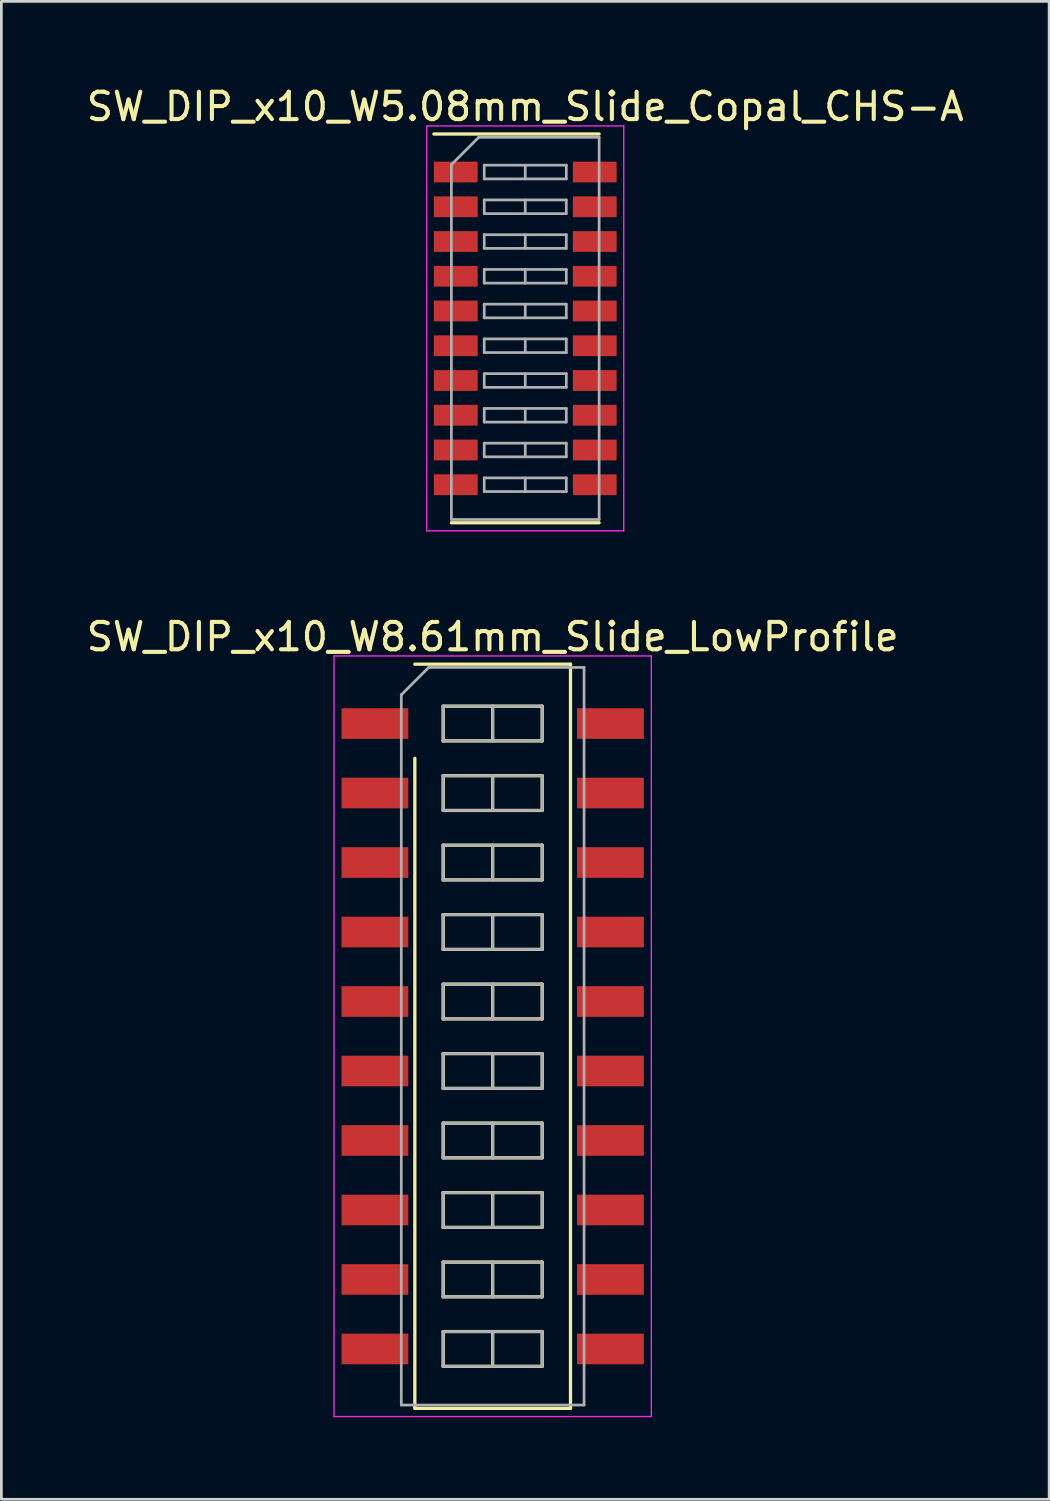
<source format=kicad_pcb>
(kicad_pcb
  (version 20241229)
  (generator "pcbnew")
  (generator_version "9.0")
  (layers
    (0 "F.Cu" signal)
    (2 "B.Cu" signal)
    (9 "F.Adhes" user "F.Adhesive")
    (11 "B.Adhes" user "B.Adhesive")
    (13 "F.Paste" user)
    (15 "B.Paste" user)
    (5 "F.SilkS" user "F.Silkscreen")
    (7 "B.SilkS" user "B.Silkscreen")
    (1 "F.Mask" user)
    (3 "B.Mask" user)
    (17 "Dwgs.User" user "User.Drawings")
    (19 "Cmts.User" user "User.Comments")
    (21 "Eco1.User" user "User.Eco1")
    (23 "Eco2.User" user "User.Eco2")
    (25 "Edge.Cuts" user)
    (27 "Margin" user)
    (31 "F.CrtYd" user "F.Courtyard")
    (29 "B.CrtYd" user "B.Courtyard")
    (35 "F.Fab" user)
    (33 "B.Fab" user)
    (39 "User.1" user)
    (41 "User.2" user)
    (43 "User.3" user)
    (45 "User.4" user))
  (footprint "SW_DIP_x10_W8.61mm_Slide_LowProfile"
    (layer "F.Cu")
    (at 14.958 34.827)
    (property "Reference" "SW_DIP_x10_W8.61mm_Slide_LowProfile" (at 0 -14.6 0) (layer "F.SilkS") (effects (font (size 1 1) (thickness 0.15))))
    (attr smd)
    (fp_line (start -2.845 -13.6) (end 2.845 -13.6) (stroke (width 0.12) (type solid)) (layer "F.SilkS"))
    (fp_line (start -2.845 13.6) (end -2.845 -10.16) (stroke (width 0.12) (type solid)) (layer "F.SilkS"))
    (fp_line (start -1.81 -12.065) (end -1.81 -10.795) (stroke (width 0.12) (type solid)) (layer "F.SilkS"))
    (fp_line (start -1.81 -10.795) (end 1.81 -10.795) (stroke (width 0.12) (type solid)) (layer "F.SilkS"))
    (fp_line (start -1.81 -9.525) (end -1.81 -8.255) (stroke (width 0.12) (type solid)) (layer "F.SilkS"))
    (fp_line (start -1.81 -8.255) (end 1.81 -8.255) (stroke (width 0.12) (type solid)) (layer "F.SilkS"))
    (fp_line (start -1.81 -6.985) (end -1.81 -5.715) (stroke (width 0.12) (type solid)) (layer "F.SilkS"))
    (fp_line (start -1.81 -5.715) (end 1.81 -5.715) (stroke (width 0.12) (type solid)) (layer "F.SilkS"))
    (fp_line (start -1.81 -4.445) (end -1.81 -3.175) (stroke (width 0.12) (type solid)) (layer "F.SilkS"))
    (fp_line (start -1.81 -3.175) (end 1.81 -3.175) (stroke (width 0.12) (type solid)) (layer "F.SilkS"))
    (fp_line (start -1.81 -1.905) (end -1.81 -0.635) (stroke (width 0.12) (type solid)) (layer "F.SilkS"))
    (fp_line (start -1.81 -0.635) (end 1.81 -0.635) (stroke (width 0.12) (type solid)) (layer "F.SilkS"))
    (fp_line (start -1.81 0.635) (end -1.81 1.905) (stroke (width 0.12) (type solid)) (layer "F.SilkS"))
    (fp_line (start -1.81 1.905) (end 1.81 1.905) (stroke (width 0.12) (type solid)) (layer "F.SilkS"))
    (fp_line (start -1.81 3.175) (end -1.81 4.445) (stroke (width 0.12) (type solid)) (layer "F.SilkS"))
    (fp_line (start -1.81 4.445) (end 1.81 4.445) (stroke (width 0.12) (type solid)) (layer "F.SilkS"))
    (fp_line (start -1.81 5.715) (end -1.81 6.985) (stroke (width 0.12) (type solid)) (layer "F.SilkS"))
    (fp_line (start -1.81 6.985) (end 1.81 6.985) (stroke (width 0.12) (type solid)) (layer "F.SilkS"))
    (fp_line (start -1.81 8.255) (end -1.81 9.525) (stroke (width 0.12) (type solid)) (layer "F.SilkS"))
    (fp_line (start -1.81 9.525) (end 1.81 9.525) (stroke (width 0.12) (type solid)) (layer "F.SilkS"))
    (fp_line (start -1.81 10.795) (end -1.81 12.065) (stroke (width 0.12) (type solid)) (layer "F.SilkS"))
    (fp_line (start -1.81 12.065) (end 1.81 12.065) (stroke (width 0.12) (type solid)) (layer "F.SilkS"))
    (fp_line (start 0 -12.065) (end 0 -10.795) (stroke (width 0.12) (type solid)) (layer "F.SilkS"))
    (fp_line (start 0 -9.525) (end 0 -8.255) (stroke (width 0.12) (type solid)) (layer "F.SilkS"))
    (fp_line (start 0 -6.985) (end 0 -5.715) (stroke (width 0.12) (type solid)) (layer "F.SilkS"))
    (fp_line (start 0 -4.445) (end 0 -3.175) (stroke (width 0.12) (type solid)) (layer "F.SilkS"))
    (fp_line (start 0 -1.905) (end 0 -0.635) (stroke (width 0.12) (type solid)) (layer "F.SilkS"))
    (fp_line (start 0 0.635) (end 0 1.905) (stroke (width 0.12) (type solid)) (layer "F.SilkS"))
    (fp_line (start 0 3.175) (end 0 4.445) (stroke (width 0.12) (type solid)) (layer "F.SilkS"))
    (fp_line (start 0 5.715) (end 0 6.985) (stroke (width 0.12) (type solid)) (layer "F.SilkS"))
    (fp_line (start 0 8.255) (end 0 9.525) (stroke (width 0.12) (type solid)) (layer "F.SilkS"))
    (fp_line (start 0 10.795) (end 0 12.065) (stroke (width 0.12) (type solid)) (layer "F.SilkS"))
    (fp_line (start 1.81 -12.065) (end -1.81 -12.065) (stroke (width 0.12) (type solid)) (layer "F.SilkS"))
    (fp_line (start 1.81 -10.795) (end 1.81 -12.065) (stroke (width 0.12) (type solid)) (layer "F.SilkS"))
    (fp_line (start 1.81 -9.525) (end -1.81 -9.525) (stroke (width 0.12) (type solid)) (layer "F.SilkS"))
    (fp_line (start 1.81 -8.255) (end 1.81 -9.525) (stroke (width 0.12) (type solid)) (layer "F.SilkS"))
    (fp_line (start 1.81 -6.985) (end -1.81 -6.985) (stroke (width 0.12) (type solid)) (layer "F.SilkS"))
    (fp_line (start 1.81 -5.715) (end 1.81 -6.985) (stroke (width 0.12) (type solid)) (layer "F.SilkS"))
    (fp_line (start 1.81 -4.445) (end -1.81 -4.445) (stroke (width 0.12) (type solid)) (layer "F.SilkS"))
    (fp_line (start 1.81 -3.175) (end 1.81 -4.445) (stroke (width 0.12) (type solid)) (layer "F.SilkS"))
    (fp_line (start 1.81 -1.905) (end -1.81 -1.905) (stroke (width 0.12) (type solid)) (layer "F.SilkS"))
    (fp_line (start 1.81 -0.635) (end 1.81 -1.905) (stroke (width 0.12) (type solid)) (layer "F.SilkS"))
    (fp_line (start 1.81 0.635) (end -1.81 0.635) (stroke (width 0.12) (type solid)) (layer "F.SilkS"))
    (fp_line (start 1.81 1.905) (end 1.81 0.635) (stroke (width 0.12) (type solid)) (layer "F.SilkS"))
    (fp_line (start 1.81 3.175) (end -1.81 3.175) (stroke (width 0.12) (type solid)) (layer "F.SilkS"))
    (fp_line (start 1.81 4.445) (end 1.81 3.175) (stroke (width 0.12) (type solid)) (layer "F.SilkS"))
    (fp_line (start 1.81 5.715) (end -1.81 5.715) (stroke (width 0.12) (type solid)) (layer "F.SilkS"))
    (fp_line (start 1.81 6.985) (end 1.81 5.715) (stroke (width 0.12) (type solid)) (layer "F.SilkS"))
    (fp_line (start 1.81 8.255) (end -1.81 8.255) (stroke (width 0.12) (type solid)) (layer "F.SilkS"))
    (fp_line (start 1.81 9.525) (end 1.81 8.255) (stroke (width 0.12) (type solid)) (layer "F.SilkS"))
    (fp_line (start 1.81 10.795) (end -1.81 10.795) (stroke (width 0.12) (type solid)) (layer "F.SilkS"))
    (fp_line (start 1.81 12.065) (end 1.81 10.795) (stroke (width 0.12) (type solid)) (layer "F.SilkS"))
    (fp_line (start 2.845 -13.6) (end 2.845 13.6) (stroke (width 0.12) (type solid)) (layer "F.SilkS"))
    (fp_line (start 2.845 13.6) (end -2.845 13.6) (stroke (width 0.12) (type solid)) (layer "F.SilkS"))
    (fp_line (start -5.8 -13.9) (end -5.8 13.9) (stroke (width 0.05) (type solid)) (layer "F.CrtYd"))
    (fp_line (start -5.8 13.9) (end 5.8 13.9) (stroke (width 0.05) (type solid)) (layer "F.CrtYd"))
    (fp_line (start 5.8 -13.9) (end -5.8 -13.9) (stroke (width 0.05) (type solid)) (layer "F.CrtYd"))
    (fp_line (start 5.8 13.9) (end 5.8 -13.9) (stroke (width 0.05) (type solid)) (layer "F.CrtYd"))
    (fp_line (start -3.34 -12.48) (end -2.34 -13.48) (stroke (width 0.1) (type solid)) (layer "F.Fab"))
    (fp_line (start -3.34 13.48) (end -3.34 -12.48) (stroke (width 0.1) (type solid)) (layer "F.Fab"))
    (fp_line (start -2.34 -13.48) (end 3.34 -13.48) (stroke (width 0.1) (type solid)) (layer "F.Fab"))
    (fp_line (start -1.81 -12.065) (end -1.81 -10.795) (stroke (width 0.1) (type solid)) (layer "F.Fab"))
    (fp_line (start -1.81 -10.795) (end 1.81 -10.795) (stroke (width 0.1) (type solid)) (layer "F.Fab"))
    (fp_line (start -1.81 -9.525) (end -1.81 -8.255) (stroke (width 0.1) (type solid)) (layer "F.Fab"))
    (fp_line (start -1.81 -8.255) (end 1.81 -8.255) (stroke (width 0.1) (type solid)) (layer "F.Fab"))
    (fp_line (start -1.81 -6.985) (end -1.81 -5.715) (stroke (width 0.1) (type solid)) (layer "F.Fab"))
    (fp_line (start -1.81 -5.715) (end 1.81 -5.715) (stroke (width 0.1) (type solid)) (layer "F.Fab"))
    (fp_line (start -1.81 -4.445) (end -1.81 -3.175) (stroke (width 0.1) (type solid)) (layer "F.Fab"))
    (fp_line (start -1.81 -3.175) (end 1.81 -3.175) (stroke (width 0.1) (type solid)) (layer "F.Fab"))
    (fp_line (start -1.81 -1.905) (end -1.81 -0.635) (stroke (width 0.1) (type solid)) (layer "F.Fab"))
    (fp_line (start -1.81 -0.635) (end 1.81 -0.635) (stroke (width 0.1) (type solid)) (layer "F.Fab"))
    (fp_line (start -1.81 0.635) (end -1.81 1.905) (stroke (width 0.1) (type solid)) (layer "F.Fab"))
    (fp_line (start -1.81 1.905) (end 1.81 1.905) (stroke (width 0.1) (type solid)) (layer "F.Fab"))
    (fp_line (start -1.81 3.175) (end -1.81 4.445) (stroke (width 0.1) (type solid)) (layer "F.Fab"))
    (fp_line (start -1.81 4.445) (end 1.81 4.445) (stroke (width 0.1) (type solid)) (layer "F.Fab"))
    (fp_line (start -1.81 5.715) (end -1.81 6.985) (stroke (width 0.1) (type solid)) (layer "F.Fab"))
    (fp_line (start -1.81 6.985) (end 1.81 6.985) (stroke (width 0.1) (type solid)) (layer "F.Fab"))
    (fp_line (start -1.81 8.255) (end -1.81 9.525) (stroke (width 0.1) (type solid)) (layer "F.Fab"))
    (fp_line (start -1.81 9.525) (end 1.81 9.525) (stroke (width 0.1) (type solid)) (layer "F.Fab"))
    (fp_line (start -1.81 10.795) (end -1.81 12.065) (stroke (width 0.1) (type solid)) (layer "F.Fab"))
    (fp_line (start -1.81 12.065) (end 1.81 12.065) (stroke (width 0.1) (type solid)) (layer "F.Fab"))
    (fp_line (start 0 -12.065) (end 0 -10.795) (stroke (width 0.1) (type solid)) (layer "F.Fab"))
    (fp_line (start 0 -9.525) (end 0 -8.255) (stroke (width 0.1) (type solid)) (layer "F.Fab"))
    (fp_line (start 0 -6.985) (end 0 -5.715) (stroke (width 0.1) (type solid)) (layer "F.Fab"))
    (fp_line (start 0 -4.445) (end 0 -3.175) (stroke (width 0.1) (type solid)) (layer "F.Fab"))
    (fp_line (start 0 -1.905) (end 0 -0.635) (stroke (width 0.1) (type solid)) (layer "F.Fab"))
    (fp_line (start 0 0.635) (end 0 1.905) (stroke (width 0.1) (type solid)) (layer "F.Fab"))
    (fp_line (start 0 3.175) (end 0 4.445) (stroke (width 0.1) (type solid)) (layer "F.Fab"))
    (fp_line (start 0 5.715) (end 0 6.985) (stroke (width 0.1) (type solid)) (layer "F.Fab"))
    (fp_line (start 0 8.255) (end 0 9.525) (stroke (width 0.1) (type solid)) (layer "F.Fab"))
    (fp_line (start 0 10.795) (end 0 12.065) (stroke (width 0.1) (type solid)) (layer "F.Fab"))
    (fp_line (start 1.81 -12.065) (end -1.81 -12.065) (stroke (width 0.1) (type solid)) (layer "F.Fab"))
    (fp_line (start 1.81 -10.795) (end 1.81 -12.065) (stroke (width 0.1) (type solid)) (layer "F.Fab"))
    (fp_line (start 1.81 -9.525) (end -1.81 -9.525) (stroke (width 0.1) (type solid)) (layer "F.Fab"))
    (fp_line (start 1.81 -8.255) (end 1.81 -9.525) (stroke (width 0.1) (type solid)) (layer "F.Fab"))
    (fp_line (start 1.81 -6.985) (end -1.81 -6.985) (stroke (width 0.1) (type solid)) (layer "F.Fab"))
    (fp_line (start 1.81 -5.715) (end 1.81 -6.985) (stroke (width 0.1) (type solid)) (layer "F.Fab"))
    (fp_line (start 1.81 -4.445) (end -1.81 -4.445) (stroke (width 0.1) (type solid)) (layer "F.Fab"))
    (fp_line (start 1.81 -3.175) (end 1.81 -4.445) (stroke (width 0.1) (type solid)) (layer "F.Fab"))
    (fp_line (start 1.81 -1.905) (end -1.81 -1.905) (stroke (width 0.1) (type solid)) (layer "F.Fab"))
    (fp_line (start 1.81 -0.635) (end 1.81 -1.905) (stroke (width 0.1) (type solid)) (layer "F.Fab"))
    (fp_line (start 1.81 0.635) (end -1.81 0.635) (stroke (width 0.1) (type solid)) (layer "F.Fab"))
    (fp_line (start 1.81 1.905) (end 1.81 0.635) (stroke (width 0.1) (type solid)) (layer "F.Fab"))
    (fp_line (start 1.81 3.175) (end -1.81 3.175) (stroke (width 0.1) (type solid)) (layer "F.Fab"))
    (fp_line (start 1.81 4.445) (end 1.81 3.175) (stroke (width 0.1) (type solid)) (layer "F.Fab"))
    (fp_line (start 1.81 5.715) (end -1.81 5.715) (stroke (width 0.1) (type solid)) (layer "F.Fab"))
    (fp_line (start 1.81 6.985) (end 1.81 5.715) (stroke (width 0.1) (type solid)) (layer "F.Fab"))
    (fp_line (start 1.81 8.255) (end -1.81 8.255) (stroke (width 0.1) (type solid)) (layer "F.Fab"))
    (fp_line (start 1.81 9.525) (end 1.81 8.255) (stroke (width 0.1) (type solid)) (layer "F.Fab"))
    (fp_line (start 1.81 10.795) (end -1.81 10.795) (stroke (width 0.1) (type solid)) (layer "F.Fab"))
    (fp_line (start 1.81 12.065) (end 1.81 10.795) (stroke (width 0.1) (type solid)) (layer "F.Fab"))
    (fp_line (start 3.34 -13.48) (end 3.34 13.48) (stroke (width 0.1) (type solid)) (layer "F.Fab"))
    (fp_line (start 3.34 13.48) (end -3.34 13.48) (stroke (width 0.1) (type solid)) (layer "F.Fab"))
    (pad "1" smd rect (at -4.305 -11.43) (size 2.44 1.12) (layers "F.Cu" "F.Mask"))
    (pad "2" smd rect (at -4.305 -8.89) (size 2.44 1.12) (layers "F.Cu" "F.Mask"))
    (pad "3" smd rect (at -4.305 -6.35) (size 2.44 1.12) (layers "F.Cu" "F.Mask"))
    (pad "4" smd rect (at -4.305 -3.81) (size 2.44 1.12) (layers "F.Cu" "F.Mask"))
    (pad "5" smd rect (at -4.305 -1.27) (size 2.44 1.12) (layers "F.Cu" "F.Mask"))
    (pad "6" smd rect (at -4.305 1.27) (size 2.44 1.12) (layers "F.Cu" "F.Mask"))
    (pad "7" smd rect (at -4.305 3.81) (size 2.44 1.12) (layers "F.Cu" "F.Mask"))
    (pad "8" smd rect (at -4.305 6.35) (size 2.44 1.12) (layers "F.Cu" "F.Mask"))
    (pad "9" smd rect (at -4.305 8.89) (size 2.44 1.12) (layers "F.Cu" "F.Mask"))
    (pad "10" smd rect (at -4.305 11.43) (size 2.44 1.12) (layers "F.Cu" "F.Mask"))
    (pad "11" smd rect (at 4.305 11.43) (size 2.44 1.12) (layers "F.Cu" "F.Mask"))
    (pad "12" smd rect (at 4.305 8.89) (size 2.44 1.12) (layers "F.Cu" "F.Mask"))
    (pad "13" smd rect (at 4.305 6.35) (size 2.44 1.12) (layers "F.Cu" "F.Mask"))
    (pad "14" smd rect (at 4.305 3.81) (size 2.44 1.12) (layers "F.Cu" "F.Mask"))
    (pad "15" smd rect (at 4.305 1.27) (size 2.44 1.12) (layers "F.Cu" "F.Mask"))
    (pad "16" smd rect (at 4.305 -1.27) (size 2.44 1.12) (layers "F.Cu" "F.Mask"))
    (pad "17" smd rect (at 4.305 -3.81) (size 2.44 1.12) (layers "F.Cu" "F.Mask"))
    (pad "18" smd rect (at 4.305 -6.35) (size 2.44 1.12) (layers "F.Cu" "F.Mask"))
    (pad "19" smd rect (at 4.305 -8.89) (size 2.44 1.12) (layers "F.Cu" "F.Mask"))
    (pad "20" smd rect (at 4.305 -11.43) (size 2.44 1.12) (layers "F.Cu" "F.Mask")))
  (footprint "SW_DIP_x10_W5.08mm_Slide_Copal_CHS-A"
    (layer "F.Cu")
    (at 16.149 8.953)
    (property "Reference" "SW_DIP_x10_W5.08mm_Slide_Copal_CHS-A" (at 0 -8.105 0) (layer "F.SilkS") (effects (font (size 1 1) (thickness 0.15))))
    (attr smd)
    (fp_line (start -3.34 -7.105) (end 2.7 -7.105) (stroke (width 0.12) (type solid)) (layer "F.SilkS"))
    (fp_line (start -2.7 7.105) (end 2.7 7.105) (stroke (width 0.12) (type solid)) (layer "F.SilkS"))
    (fp_line (start -3.6 -7.4) (end -3.6 7.4) (stroke (width 0.05) (type solid)) (layer "F.CrtYd"))
    (fp_line (start -3.6 7.4) (end 3.6 7.4) (stroke (width 0.05) (type solid)) (layer "F.CrtYd"))
    (fp_line (start 3.6 -7.4) (end -3.6 -7.4) (stroke (width 0.05) (type solid)) (layer "F.CrtYd"))
    (fp_line (start 3.6 7.4) (end 3.6 -7.4) (stroke (width 0.05) (type solid)) (layer "F.CrtYd"))
    (fp_line (start -2.7 -5.985) (end -1.7 -6.985) (stroke (width 0.1) (type solid)) (layer "F.Fab"))
    (fp_line (start -2.7 6.985) (end -2.7 -5.985) (stroke (width 0.1) (type solid)) (layer "F.Fab"))
    (fp_line (start -1.7 -6.985) (end 2.7 -6.985) (stroke (width 0.1) (type solid)) (layer "F.Fab"))
    (fp_line (start -1.5 -5.965) (end -1.5 -5.465) (stroke (width 0.1) (type solid)) (layer "F.Fab"))
    (fp_line (start -1.5 -5.465) (end 1.5 -5.465) (stroke (width 0.1) (type solid)) (layer "F.Fab"))
    (fp_line (start -1.5 -4.695) (end -1.5 -4.195) (stroke (width 0.1) (type solid)) (layer "F.Fab"))
    (fp_line (start -1.5 -4.195) (end 1.5 -4.195) (stroke (width 0.1) (type solid)) (layer "F.Fab"))
    (fp_line (start -1.5 -3.425) (end -1.5 -2.925) (stroke (width 0.1) (type solid)) (layer "F.Fab"))
    (fp_line (start -1.5 -2.925) (end 1.5 -2.925) (stroke (width 0.1) (type solid)) (layer "F.Fab"))
    (fp_line (start -1.5 -2.155) (end -1.5 -1.655) (stroke (width 0.1) (type solid)) (layer "F.Fab"))
    (fp_line (start -1.5 -1.655) (end 1.5 -1.655) (stroke (width 0.1) (type solid)) (layer "F.Fab"))
    (fp_line (start -1.5 -0.885) (end -1.5 -0.385) (stroke (width 0.1) (type solid)) (layer "F.Fab"))
    (fp_line (start -1.5 -0.385) (end 1.5 -0.385) (stroke (width 0.1) (type solid)) (layer "F.Fab"))
    (fp_line (start -1.5 0.385) (end -1.5 0.885) (stroke (width 0.1) (type solid)) (layer "F.Fab"))
    (fp_line (start -1.5 0.885) (end 1.5 0.885) (stroke (width 0.1) (type solid)) (layer "F.Fab"))
    (fp_line (start -1.5 1.655) (end -1.5 2.155) (stroke (width 0.1) (type solid)) (layer "F.Fab"))
    (fp_line (start -1.5 2.155) (end 1.5 2.155) (stroke (width 0.1) (type solid)) (layer "F.Fab"))
    (fp_line (start -1.5 2.925) (end -1.5 3.425) (stroke (width 0.1) (type solid)) (layer "F.Fab"))
    (fp_line (start -1.5 3.425) (end 1.5 3.425) (stroke (width 0.1) (type solid)) (layer "F.Fab"))
    (fp_line (start -1.5 4.195) (end -1.5 4.695) (stroke (width 0.1) (type solid)) (layer "F.Fab"))
    (fp_line (start -1.5 4.695) (end 1.5 4.695) (stroke (width 0.1) (type solid)) (layer "F.Fab"))
    (fp_line (start -1.5 5.465) (end -1.5 5.965) (stroke (width 0.1) (type solid)) (layer "F.Fab"))
    (fp_line (start -1.5 5.965) (end 1.5 5.965) (stroke (width 0.1) (type solid)) (layer "F.Fab"))
    (fp_line (start 0 -5.965) (end 0 -5.465) (stroke (width 0.1) (type solid)) (layer "F.Fab"))
    (fp_line (start 0 -4.695) (end 0 -4.195) (stroke (width 0.1) (type solid)) (layer "F.Fab"))
    (fp_line (start 0 -3.425) (end 0 -2.925) (stroke (width 0.1) (type solid)) (layer "F.Fab"))
    (fp_line (start 0 -2.155) (end 0 -1.655) (stroke (width 0.1) (type solid)) (layer "F.Fab"))
    (fp_line (start 0 -0.885) (end 0 -0.385) (stroke (width 0.1) (type solid)) (layer "F.Fab"))
    (fp_line (start 0 0.385) (end 0 0.885) (stroke (width 0.1) (type solid)) (layer "F.Fab"))
    (fp_line (start 0 1.655) (end 0 2.155) (stroke (width 0.1) (type solid)) (layer "F.Fab"))
    (fp_line (start 0 2.925) (end 0 3.425) (stroke (width 0.1) (type solid)) (layer "F.Fab"))
    (fp_line (start 0 4.195) (end 0 4.695) (stroke (width 0.1) (type solid)) (layer "F.Fab"))
    (fp_line (start 0 5.465) (end 0 5.965) (stroke (width 0.1) (type solid)) (layer "F.Fab"))
    (fp_line (start 1.5 -5.965) (end -1.5 -5.965) (stroke (width 0.1) (type solid)) (layer "F.Fab"))
    (fp_line (start 1.5 -5.465) (end 1.5 -5.965) (stroke (width 0.1) (type solid)) (layer "F.Fab"))
    (fp_line (start 1.5 -4.695) (end -1.5 -4.695) (stroke (width 0.1) (type solid)) (layer "F.Fab"))
    (fp_line (start 1.5 -4.195) (end 1.5 -4.695) (stroke (width 0.1) (type solid)) (layer "F.Fab"))
    (fp_line (start 1.5 -3.425) (end -1.5 -3.425) (stroke (width 0.1) (type solid)) (layer "F.Fab"))
    (fp_line (start 1.5 -2.925) (end 1.5 -3.425) (stroke (width 0.1) (type solid)) (layer "F.Fab"))
    (fp_line (start 1.5 -2.155) (end -1.5 -2.155) (stroke (width 0.1) (type solid)) (layer "F.Fab"))
    (fp_line (start 1.5 -1.655) (end 1.5 -2.155) (stroke (width 0.1) (type solid)) (layer "F.Fab"))
    (fp_line (start 1.5 -0.885) (end -1.5 -0.885) (stroke (width 0.1) (type solid)) (layer "F.Fab"))
    (fp_line (start 1.5 -0.385) (end 1.5 -0.885) (stroke (width 0.1) (type solid)) (layer "F.Fab"))
    (fp_line (start 1.5 0.385) (end -1.5 0.385) (stroke (width 0.1) (type solid)) (layer "F.Fab"))
    (fp_line (start 1.5 0.885) (end 1.5 0.385) (stroke (width 0.1) (type solid)) (layer "F.Fab"))
    (fp_line (start 1.5 1.655) (end -1.5 1.655) (stroke (width 0.1) (type solid)) (layer "F.Fab"))
    (fp_line (start 1.5 2.155) (end 1.5 1.655) (stroke (width 0.1) (type solid)) (layer "F.Fab"))
    (fp_line (start 1.5 2.925) (end -1.5 2.925) (stroke (width 0.1) (type solid)) (layer "F.Fab"))
    (fp_line (start 1.5 3.425) (end 1.5 2.925) (stroke (width 0.1) (type solid)) (layer "F.Fab"))
    (fp_line (start 1.5 4.195) (end -1.5 4.195) (stroke (width 0.1) (type solid)) (layer "F.Fab"))
    (fp_line (start 1.5 4.695) (end 1.5 4.195) (stroke (width 0.1) (type solid)) (layer "F.Fab"))
    (fp_line (start 1.5 5.465) (end -1.5 5.465) (stroke (width 0.1) (type solid)) (layer "F.Fab"))
    (fp_line (start 1.5 5.965) (end 1.5 5.465) (stroke (width 0.1) (type solid)) (layer "F.Fab"))
    (fp_line (start 2.7 -6.985) (end 2.7 6.985) (stroke (width 0.1) (type solid)) (layer "F.Fab"))
    (fp_line (start 2.7 6.985) (end -2.7 6.985) (stroke (width 0.1) (type solid)) (layer "F.Fab"))
    (pad "1" smd rect (at -2.54 -5.715) (size 1.6 0.76) (layers "F.Cu" "F.Mask"))
    (pad "2" smd rect (at -2.54 -4.445) (size 1.6 0.76) (layers "F.Cu" "F.Mask"))
    (pad "3" smd rect (at -2.54 -3.175) (size 1.6 0.76) (layers "F.Cu" "F.Mask"))
    (pad "4" smd rect (at -2.54 -1.905) (size 1.6 0.76) (layers "F.Cu" "F.Mask"))
    (pad "5" smd rect (at -2.54 -0.635) (size 1.6 0.76) (layers "F.Cu" "F.Mask"))
    (pad "6" smd rect (at -2.54 0.635) (size 1.6 0.76) (layers "F.Cu" "F.Mask"))
    (pad "7" smd rect (at -2.54 1.905) (size 1.6 0.76) (layers "F.Cu" "F.Mask"))
    (pad "8" smd rect (at -2.54 3.175) (size 1.6 0.76) (layers "F.Cu" "F.Mask"))
    (pad "9" smd rect (at -2.54 4.445) (size 1.6 0.76) (layers "F.Cu" "F.Mask"))
    (pad "10" smd rect (at -2.54 5.715) (size 1.6 0.76) (layers "F.Cu" "F.Mask"))
    (pad "11" smd rect (at 2.54 5.715) (size 1.6 0.76) (layers "F.Cu" "F.Mask"))
    (pad "12" smd rect (at 2.54 4.445) (size 1.6 0.76) (layers "F.Cu" "F.Mask"))
    (pad "13" smd rect (at 2.54 3.175) (size 1.6 0.76) (layers "F.Cu" "F.Mask"))
    (pad "14" smd rect (at 2.54 1.905) (size 1.6 0.76) (layers "F.Cu" "F.Mask"))
    (pad "15" smd rect (at 2.54 0.635) (size 1.6 0.76) (layers "F.Cu" "F.Mask"))
    (pad "16" smd rect (at 2.54 -0.635) (size 1.6 0.76) (layers "F.Cu" "F.Mask"))
    (pad "17" smd rect (at 2.54 -1.905) (size 1.6 0.76) (layers "F.Cu" "F.Mask"))
    (pad "18" smd rect (at 2.54 -3.175) (size 1.6 0.76) (layers "F.Cu" "F.Mask"))
    (pad "19" smd rect (at 2.54 -4.445) (size 1.6 0.76) (layers "F.Cu" "F.Mask"))
    (pad "20" smd rect (at 2.54 -5.715) (size 1.6 0.76) (layers "F.Cu" "F.Mask")))
  (gr_rect
    (start -3 -3)
    (end 35.298 51.752)
    (stroke (width 0.1) (type default))
    (fill no)
    (layer "Edge.Cuts")))
</source>
